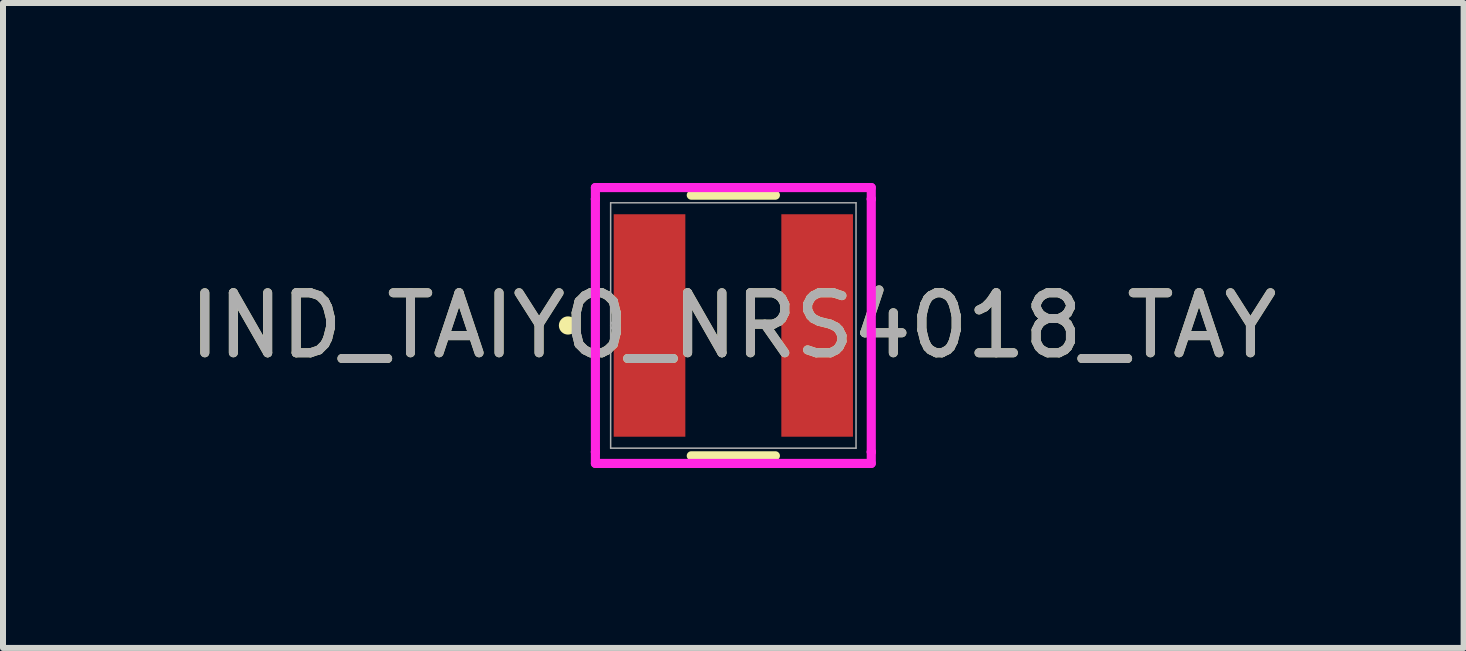
<source format=kicad_pcb>
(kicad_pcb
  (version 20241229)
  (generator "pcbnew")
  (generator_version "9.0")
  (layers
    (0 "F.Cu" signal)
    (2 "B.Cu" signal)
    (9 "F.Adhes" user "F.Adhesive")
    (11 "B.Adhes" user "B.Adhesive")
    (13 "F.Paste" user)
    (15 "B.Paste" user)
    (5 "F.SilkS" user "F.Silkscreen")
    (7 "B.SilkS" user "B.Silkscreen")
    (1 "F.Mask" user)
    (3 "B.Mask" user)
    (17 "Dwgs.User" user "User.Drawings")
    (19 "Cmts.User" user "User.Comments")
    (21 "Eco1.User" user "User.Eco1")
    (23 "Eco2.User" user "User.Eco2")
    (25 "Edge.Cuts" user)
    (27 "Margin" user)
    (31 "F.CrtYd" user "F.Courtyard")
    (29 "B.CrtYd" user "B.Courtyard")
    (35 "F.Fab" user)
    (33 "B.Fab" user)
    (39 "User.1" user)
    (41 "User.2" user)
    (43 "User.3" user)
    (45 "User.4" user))
  (footprint "IND_TAIYO_NRS4018_TAY"
    (layer "F.Cu")
    (at 9.173 2.375)
    (property "Reference" "IND_TAIYO_NRS4018_TAY" (at 0 0 0) (unlocked yes) (layer "F.SilkS") (effects (font (size 1 1) (thickness 0.15))))
    (attr smd)
    (fp_line (start -0.701 2.172) (end 0.701 2.172) (stroke (width 0.152) (type solid)) (layer "F.SilkS"))
    (fp_line (start 0.701 -2.172) (end -0.701 -2.172) (stroke (width 0.152) (type solid)) (layer "F.SilkS"))
    (fp_circle (center -2.756 0) (end -2.68 0) (stroke (width 0.152) (type solid)) (fill no) (layer "F.SilkS"))
    (fp_line (start -2.299 -2.299) (end 2.299 -2.299) (stroke (width 0.152) (type solid)) (layer "F.CrtYd"))
    (fp_line (start -2.299 -2.108) (end -2.299 -2.299) (stroke (width 0.152) (type solid)) (layer "F.CrtYd"))
    (fp_line (start -2.299 -2.108) (end -2.299 -2.108) (stroke (width 0.152) (type solid)) (layer "F.CrtYd"))
    (fp_line (start -2.299 2.108) (end -2.299 -2.108) (stroke (width 0.152) (type solid)) (layer "F.CrtYd"))
    (fp_line (start -2.299 2.108) (end -2.299 2.108) (stroke (width 0.152) (type solid)) (layer "F.CrtYd"))
    (fp_line (start -2.299 2.299) (end -2.299 2.108) (stroke (width 0.152) (type solid)) (layer "F.CrtYd"))
    (fp_line (start 2.299 -2.299) (end 2.299 -2.108) (stroke (width 0.152) (type solid)) (layer "F.CrtYd"))
    (fp_line (start 2.299 -2.108) (end 2.299 -2.108) (stroke (width 0.152) (type solid)) (layer "F.CrtYd"))
    (fp_line (start 2.299 -2.108) (end 2.299 2.108) (stroke (width 0.152) (type solid)) (layer "F.CrtYd"))
    (fp_line (start 2.299 2.108) (end 2.299 2.108) (stroke (width 0.152) (type solid)) (layer "F.CrtYd"))
    (fp_line (start 2.299 2.108) (end 2.299 2.299) (stroke (width 0.152) (type solid)) (layer "F.CrtYd"))
    (fp_line (start 2.299 2.299) (end -2.299 2.299) (stroke (width 0.152) (type solid)) (layer "F.CrtYd"))
    (fp_line (start -2.045 -2.045) (end -2.045 2.045) (stroke (width 0.025) (type solid)) (layer "F.Fab"))
    (fp_line (start -2.045 2.045) (end 2.045 2.045) (stroke (width 0.025) (type solid)) (layer "F.Fab"))
    (fp_line (start 2.045 -2.045) (end -2.045 -2.045) (stroke (width 0.025) (type solid)) (layer "F.Fab"))
    (fp_line (start 2.045 2.045) (end 2.045 -2.045) (stroke (width 0.025) (type solid)) (layer "F.Fab"))
    (fp_circle (center -1.968 0) (end -1.892 0) (stroke (width 0.025) (type solid)) (fill no) (layer "F.Fab"))
    (fp_text user "${REFERENCE}" (at 0 0 0) (unlocked yes) (layer "F.Fab") (effects (font (size 1 1) (thickness 0.15))))
    (pad "1" smd rect (at -1.397 0) (size 1.194 3.708) (layers "F.Cu" "F.Mask" "F.Paste"))
    (pad "2" smd rect (at 1.397 0) (size 1.194 3.708) (layers "F.Cu" "F.Mask" "F.Paste"))
    (zone (net_name "") (layer "F.Cu") (hatch full 0.508) (connect_pads) (min_thickness 0.254) (filled_areas_thickness no) (keepout (tracks not_allowed) (vias not_allowed) (pads allowed) (copperpour not_allowed) (footprints allowed)) (placement (enabled no)) (fill) (polygon (pts (xy 8.423 0.381) (xy 9.922 0.381) (xy 9.922 4.369) (xy 8.423 4.369)))))
  (gr_rect
    (start -3 -3)
    (end 21.345 7.75)
    (stroke (width 0.1) (type default))
    (fill no)
    (layer "Edge.Cuts")))
</source>
